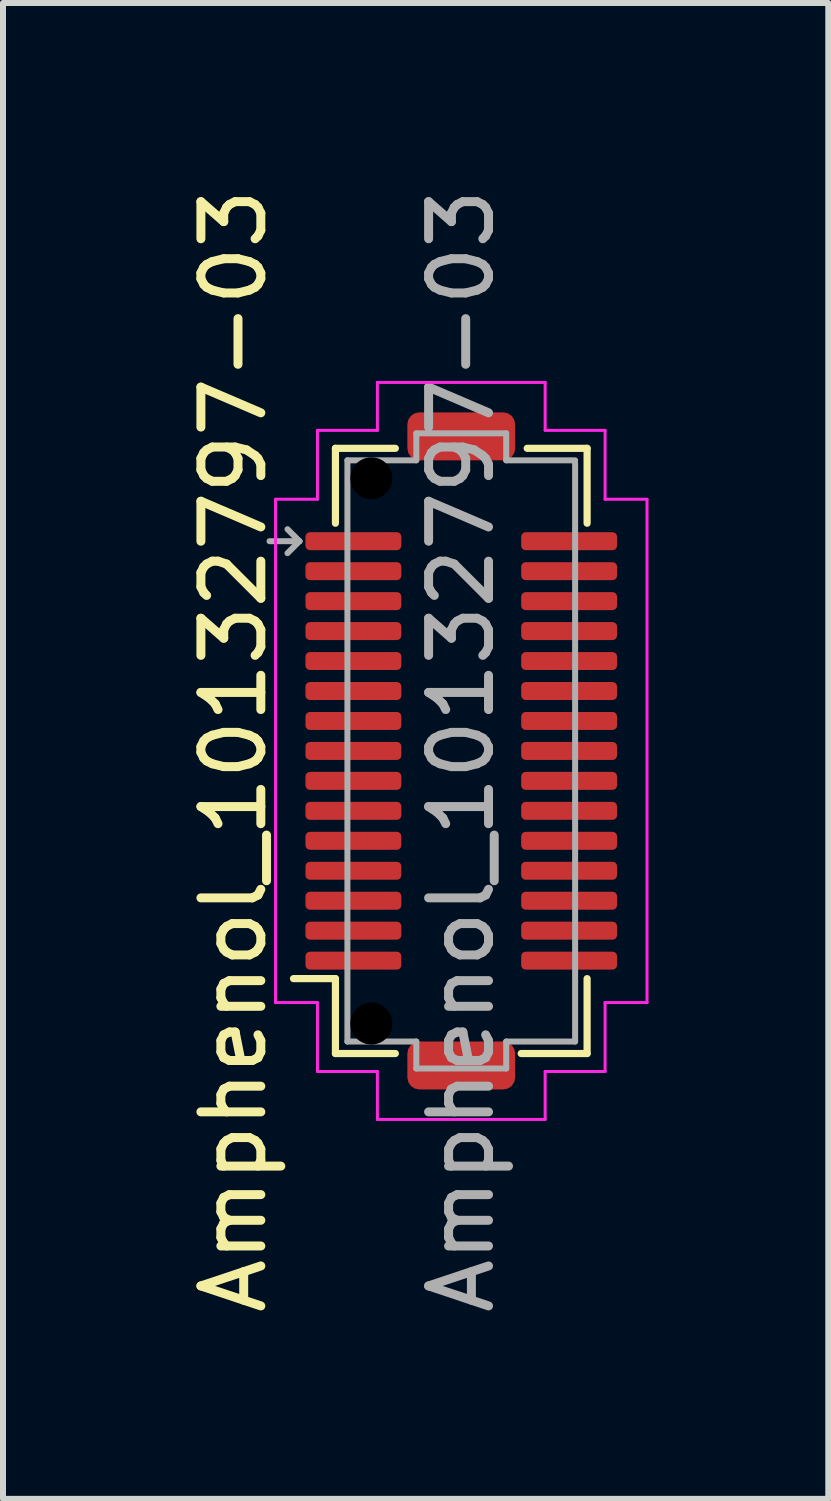
<source format=kicad_pcb>
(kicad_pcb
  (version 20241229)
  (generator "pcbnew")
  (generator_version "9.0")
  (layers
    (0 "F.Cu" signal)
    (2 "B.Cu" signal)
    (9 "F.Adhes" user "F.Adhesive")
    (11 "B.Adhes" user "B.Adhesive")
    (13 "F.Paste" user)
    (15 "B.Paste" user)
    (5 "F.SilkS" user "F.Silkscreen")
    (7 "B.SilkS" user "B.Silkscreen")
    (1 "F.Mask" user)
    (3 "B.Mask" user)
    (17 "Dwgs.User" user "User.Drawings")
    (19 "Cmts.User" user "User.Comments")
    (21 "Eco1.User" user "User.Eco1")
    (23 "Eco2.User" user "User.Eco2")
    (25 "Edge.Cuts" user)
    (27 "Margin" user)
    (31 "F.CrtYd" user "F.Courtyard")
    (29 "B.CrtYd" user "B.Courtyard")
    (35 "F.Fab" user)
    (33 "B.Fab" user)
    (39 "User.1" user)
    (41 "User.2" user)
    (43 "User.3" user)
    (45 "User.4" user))
  (footprint "Amphenol_10132797-03"
    (layer "F.Cu")
    (at 4.648 9.482)
    (property "Reference" "Amphenol_10132797-03" (at -3.8 0 90) (unlocked yes) (layer "F.SilkS") (effects (font (size 1 1) (thickness 0.15))))
    (attr smd)
    (fp_line (start -2.1 -5.05) (end -1.1 -5.05) (stroke (width 0.12) (type solid)) (layer "F.SilkS"))
    (fp_line (start -2.1 -3.8) (end -2.1 -5.05) (stroke (width 0.12) (type solid)) (layer "F.SilkS"))
    (fp_line (start -2.1 3.8) (end -2.8 3.8) (stroke (width 0.12) (type solid)) (layer "F.SilkS"))
    (fp_line (start -2.1 3.8) (end -2.1 5.05) (stroke (width 0.12) (type solid)) (layer "F.SilkS"))
    (fp_line (start -2.1 5.05) (end -1.1 5.05) (stroke (width 0.12) (type solid)) (layer "F.SilkS"))
    (fp_line (start 1 5.05) (end 2.1 5.05) (stroke (width 0.12) (type solid)) (layer "F.SilkS"))
    (fp_line (start 1.1 -5.05) (end 2.1 -5.05) (stroke (width 0.12) (type solid)) (layer "F.SilkS"))
    (fp_line (start 2.1 -5.05) (end 2.1 -3.8) (stroke (width 0.12) (type solid)) (layer "F.SilkS"))
    (fp_line (start 2.1 5.05) (end 2.1 3.8) (stroke (width 0.12) (type solid)) (layer "F.SilkS"))
    (fp_line (start -3.1 -4.2) (end -3.1 4.2) (stroke (width 0.05) (type solid)) (layer "F.CrtYd"))
    (fp_line (start -3.1 4.2) (end -2.4 4.2) (stroke (width 0.05) (type solid)) (layer "F.CrtYd"))
    (fp_line (start -2.4 -5.35) (end -2.4 -4.2) (stroke (width 0.05) (type solid)) (layer "F.CrtYd"))
    (fp_line (start -2.4 -4.2) (end -3.1 -4.2) (stroke (width 0.05) (type solid)) (layer "F.CrtYd"))
    (fp_line (start -2.4 4.2) (end -2.4 5.35) (stroke (width 0.05) (type solid)) (layer "F.CrtYd"))
    (fp_line (start -2.4 5.35) (end -1.4 5.35) (stroke (width 0.05) (type solid)) (layer "F.CrtYd"))
    (fp_line (start -1.4 -6.15) (end -1.4 -5.35) (stroke (width 0.05) (type solid)) (layer "F.CrtYd"))
    (fp_line (start -1.4 -5.35) (end -2.4 -5.35) (stroke (width 0.05) (type solid)) (layer "F.CrtYd"))
    (fp_line (start -1.4 5.35) (end -1.4 6.15) (stroke (width 0.05) (type solid)) (layer "F.CrtYd"))
    (fp_line (start -1.4 6.15) (end 1.4 6.15) (stroke (width 0.05) (type solid)) (layer "F.CrtYd"))
    (fp_line (start 1.4 -6.15) (end -1.4 -6.15) (stroke (width 0.05) (type solid)) (layer "F.CrtYd"))
    (fp_line (start 1.4 -5.35) (end 1.4 -6.15) (stroke (width 0.05) (type solid)) (layer "F.CrtYd"))
    (fp_line (start 1.4 5.35) (end 2.4 5.35) (stroke (width 0.05) (type solid)) (layer "F.CrtYd"))
    (fp_line (start 1.4 6.15) (end 1.4 5.35) (stroke (width 0.05) (type solid)) (layer "F.CrtYd"))
    (fp_line (start 2.4 -5.35) (end 1.4 -5.35) (stroke (width 0.05) (type solid)) (layer "F.CrtYd"))
    (fp_line (start 2.4 -4.2) (end 2.4 -5.35) (stroke (width 0.05) (type solid)) (layer "F.CrtYd"))
    (fp_line (start 2.4 4.2) (end 3.1 4.2) (stroke (width 0.05) (type solid)) (layer "F.CrtYd"))
    (fp_line (start 2.4 5.35) (end 2.4 4.2) (stroke (width 0.05) (type solid)) (layer "F.CrtYd"))
    (fp_line (start 3.1 -4.2) (end 2.4 -4.2) (stroke (width 0.05) (type solid)) (layer "F.CrtYd"))
    (fp_line (start 3.1 4.2) (end 3.1 -4.2) (stroke (width 0.05) (type solid)) (layer "F.CrtYd"))
    (fp_line (start -2.7 -3.5) (end -3.2 -3.5) (stroke (width 0.1) (type solid)) (layer "F.Fab"))
    (fp_line (start -2.7 -3.5) (end -2.9 -3.7) (stroke (width 0.1) (type solid)) (layer "F.Fab"))
    (fp_line (start -2.7 -3.5) (end -2.9 -3.3) (stroke (width 0.1) (type solid)) (layer "F.Fab"))
    (fp_line (start -1.9 -4.85) (end -0.75 -4.85) (stroke (width 0.1) (type solid)) (layer "F.Fab"))
    (fp_line (start -1.9 4.85) (end -1.9 -4.85) (stroke (width 0.1) (type solid)) (layer "F.Fab"))
    (fp_line (start -1.9 4.85) (end -0.75 4.85) (stroke (width 0.1) (type solid)) (layer "F.Fab"))
    (fp_line (start -0.75 -4.85) (end -0.75 -5.3) (stroke (width 0.1) (type solid)) (layer "F.Fab"))
    (fp_line (start -0.75 4.85) (end -0.75 5.3) (stroke (width 0.1) (type solid)) (layer "F.Fab"))
    (fp_line (start 0.75 -5.3) (end -0.75 -5.3) (stroke (width 0.1) (type solid)) (layer "F.Fab"))
    (fp_line (start 0.75 -4.85) (end 0.75 -5.3) (stroke (width 0.1) (type solid)) (layer "F.Fab"))
    (fp_line (start 0.75 4.85) (end 0.75 5.3) (stroke (width 0.1) (type solid)) (layer "F.Fab"))
    (fp_line (start 0.75 5.3) (end -0.75 5.3) (stroke (width 0.1) (type solid)) (layer "F.Fab"))
    (fp_line (start 1.9 -4.85) (end 0.75 -4.85) (stroke (width 0.1) (type solid)) (layer "F.Fab"))
    (fp_line (start 1.9 4.85) (end 0.75 4.85) (stroke (width 0.1) (type solid)) (layer "F.Fab"))
    (fp_line (start 1.9 4.85) (end 1.9 -4.8) (stroke (width 0.1) (type solid)) (layer "F.Fab"))
    (fp_text user "${REFERENCE}" (at 0 0 90) (layer "F.Fab") (effects (font (size 1 1) (thickness 0.15))))
    (pad "" np_thru_hole circle (at -1.5 -4.55 90) (size 0.7 0.7) (drill 0.7) (layers "*.Mask"))
    (pad "" np_thru_hole circle (at -1.5 4.55 90) (size 0.7 0.7) (drill 0.7) (layers "*.Mask"))
    (pad "1" smd roundrect (at -1.8 -3.5 180) (size 1.6 0.3) (layers "F.Cu" "F.Mask" "F.Paste") (roundrect_rratio 0.25))
    (pad "2" smd roundrect (at -1.8 -3 180) (size 1.6 0.3) (layers "F.Cu" "F.Mask" "F.Paste") (roundrect_rratio 0.25))
    (pad "3" smd roundrect (at -1.8 -2.5 180) (size 1.6 0.3) (layers "F.Cu" "F.Mask" "F.Paste") (roundrect_rratio 0.25))
    (pad "4" smd roundrect (at -1.8 -2 180) (size 1.6 0.3) (layers "F.Cu" "F.Mask" "F.Paste") (roundrect_rratio 0.25))
    (pad "5" smd roundrect (at -1.8 -1.5 180) (size 1.6 0.3) (layers "F.Cu" "F.Mask" "F.Paste") (roundrect_rratio 0.25))
    (pad "6" smd roundrect (at -1.8 -1 180) (size 1.6 0.3) (layers "F.Cu" "F.Mask" "F.Paste") (roundrect_rratio 0.25))
    (pad "7" smd roundrect (at -1.8 -0.5 180) (size 1.6 0.3) (layers "F.Cu" "F.Mask" "F.Paste") (roundrect_rratio 0.25))
    (pad "8" smd roundrect (at -1.8 0 180) (size 1.6 0.3) (layers "F.Cu" "F.Mask" "F.Paste") (roundrect_rratio 0.25))
    (pad "9" smd roundrect (at -1.8 0.5 180) (size 1.6 0.3) (layers "F.Cu" "F.Mask" "F.Paste") (roundrect_rratio 0.25))
    (pad "10" smd roundrect (at -1.8 1 180) (size 1.6 0.3) (layers "F.Cu" "F.Mask" "F.Paste") (roundrect_rratio 0.25))
    (pad "11" smd roundrect (at -1.8 1.5 180) (size 1.6 0.3) (layers "F.Cu" "F.Mask" "F.Paste") (roundrect_rratio 0.25))
    (pad "12" smd roundrect (at -1.8 2 180) (size 1.6 0.3) (layers "F.Cu" "F.Mask" "F.Paste") (roundrect_rratio 0.25))
    (pad "13" smd roundrect (at -1.8 2.5 180) (size 1.6 0.3) (layers "F.Cu" "F.Mask" "F.Paste") (roundrect_rratio 0.25))
    (pad "14" smd roundrect (at -1.8 3 180) (size 1.6 0.3) (layers "F.Cu" "F.Mask" "F.Paste") (roundrect_rratio 0.25))
    (pad "15" smd roundrect (at -1.8 3.5 180) (size 1.6 0.3) (layers "F.Cu" "F.Mask" "F.Paste") (roundrect_rratio 0.25))
    (pad "16" smd roundrect (at 1.8 3.5 180) (size 1.6 0.3) (layers "F.Cu" "F.Mask" "F.Paste") (roundrect_rratio 0.25))
    (pad "17" smd roundrect (at 1.8 3 180) (size 1.6 0.3) (layers "F.Cu" "F.Mask" "F.Paste") (roundrect_rratio 0.25))
    (pad "18" smd roundrect (at 1.8 2.5 180) (size 1.6 0.3) (layers "F.Cu" "F.Mask" "F.Paste") (roundrect_rratio 0.25))
    (pad "19" smd roundrect (at 1.8 2 180) (size 1.6 0.3) (layers "F.Cu" "F.Mask" "F.Paste") (roundrect_rratio 0.25))
    (pad "20" smd roundrect (at 1.8 1.5 180) (size 1.6 0.3) (layers "F.Cu" "F.Mask" "F.Paste") (roundrect_rratio 0.25))
    (pad "21" smd roundrect (at 1.8 1 180) (size 1.6 0.3) (layers "F.Cu" "F.Mask" "F.Paste") (roundrect_rratio 0.25))
    (pad "22" smd roundrect (at 1.8 0.5 180) (size 1.6 0.3) (layers "F.Cu" "F.Mask" "F.Paste") (roundrect_rratio 0.25))
    (pad "23" smd roundrect (at 1.8 0 180) (size 1.6 0.3) (layers "F.Cu" "F.Mask" "F.Paste") (roundrect_rratio 0.25))
    (pad "24" smd roundrect (at 1.8 -0.5 180) (size 1.6 0.3) (layers "F.Cu" "F.Mask" "F.Paste") (roundrect_rratio 0.25))
    (pad "25" smd roundrect (at 1.8 -1 180) (size 1.6 0.3) (layers "F.Cu" "F.Mask" "F.Paste") (roundrect_rratio 0.25))
    (pad "26" smd roundrect (at 1.8 -1.5 180) (size 1.6 0.3) (layers "F.Cu" "F.Mask" "F.Paste") (roundrect_rratio 0.25))
    (pad "27" smd roundrect (at 1.8 -2 180) (size 1.6 0.3) (layers "F.Cu" "F.Mask" "F.Paste") (roundrect_rratio 0.25))
    (pad "28" smd roundrect (at 1.8 -2.5 180) (size 1.6 0.3) (layers "F.Cu" "F.Mask" "F.Paste") (roundrect_rratio 0.25))
    (pad "29" smd roundrect (at 1.8 -3 180) (size 1.6 0.3) (layers "F.Cu" "F.Mask" "F.Paste") (roundrect_rratio 0.25))
    (pad "30" smd roundrect (at 1.8 -3.5 180) (size 1.6 0.3) (layers "F.Cu" "F.Mask" "F.Paste") (roundrect_rratio 0.25))
    (pad "MP" smd roundrect (at 0 -5.25 180) (size 1.8 0.8) (layers "F.Cu" "F.Mask" "F.Paste") (roundrect_rratio 0.25))
    (pad "MP" smd roundrect (at 0 5.25 180) (size 1.8 0.8) (layers "F.Cu" "F.Mask" "F.Paste") (roundrect_rratio 0.25)))
  (gr_rect
    (start -3 -3)
    (end 10.773 21.964)
    (stroke (width 0.1) (type default))
    (fill no)
    (layer "Edge.Cuts")))
</source>
